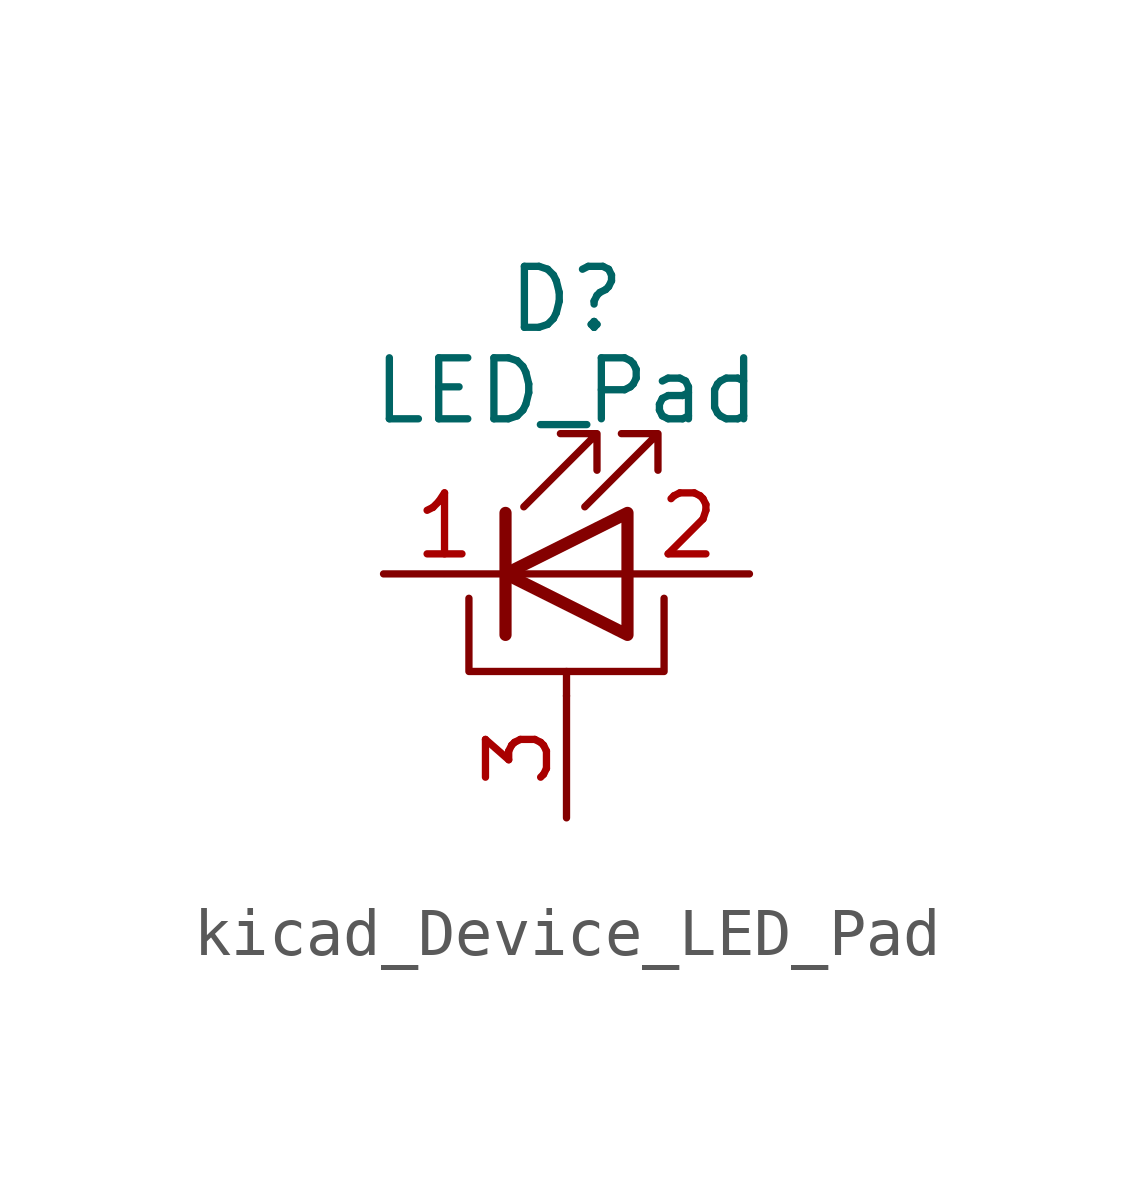
<source format=kicad_sym>
(kicad_symbol_lib
  (version 20220914)
  (generator kicad_symbol_editor)
  (symbol "kicad_Device_LED_Pad"
    (pin_names
      (offset 1.016) hide)
    (property "Reference" "D"
      (at 0 5.715 0)
      (effects (font (size 1.27 1.27))))
    (property "Value" "LED_Pad"
      (at 0 3.81 0)
      (effects (font (size 1.27 1.27))))
    (symbol "kicad_Device_LED_Pad_0_1"
      (polyline (pts (xy -1.27 -1.27) (xy -1.27 1.27)) (stroke (width 0.254) (type default)) (fill (type none)))
      (polyline (pts (xy -1.27 0) (xy 1.27 0)) (stroke (width 0) (type default)) (fill (type none)))
      (polyline (pts (xy 0 -2.54) (xy 0 -2.032)) (stroke (width 0) (type default)) (fill (type none)))
      (polyline (pts (xy -2.032 -0.508) (xy -2.032 -2.032) (xy 2.032 -2.032) (xy 2.032 -0.508)) (stroke (width 0) (type default)) (fill (type none)))
      (polyline (pts (xy 1.27 -1.27) (xy 1.27 1.27) (xy -1.27 0) (xy 1.27 -1.27)) (stroke (width 0.254) (type default)) (fill (type none)))
      (polyline (pts (xy -0.889 1.397) (xy 0.635 2.921) (xy -0.127 2.921) (xy 0.635 2.921) (xy 0.635 2.159)) (stroke (width 0) (type default)) (fill (type none)))
      (polyline (pts (xy 0.381 1.397) (xy 1.905 2.921) (xy 1.143 2.921) (xy 1.905 2.921) (xy 1.905 2.159)) (stroke (width 0) (type default)) (fill (type none))))
    (symbol "kicad_Device_LED_Pad_1_1"
      (pin passive line (at -3.81 0 0) (length 2.54) (name "K" (effects (font (size 1.27 1.27)))) (number "1" (effects (font (size 1.27 1.27)))))
      (pin passive line (at 3.81 0 180) (length 2.54) (name "A" (effects (font (size 1.27 1.27)))) (number "2" (effects (font (size 1.27 1.27)))))
      (pin passive line (at 0 -5.08 90) (length 2.54) (name "PAD" (effects (font (size 1.27 1.27)))) (number "3" (effects (font (size 1.27 1.27))))))))
</source>
